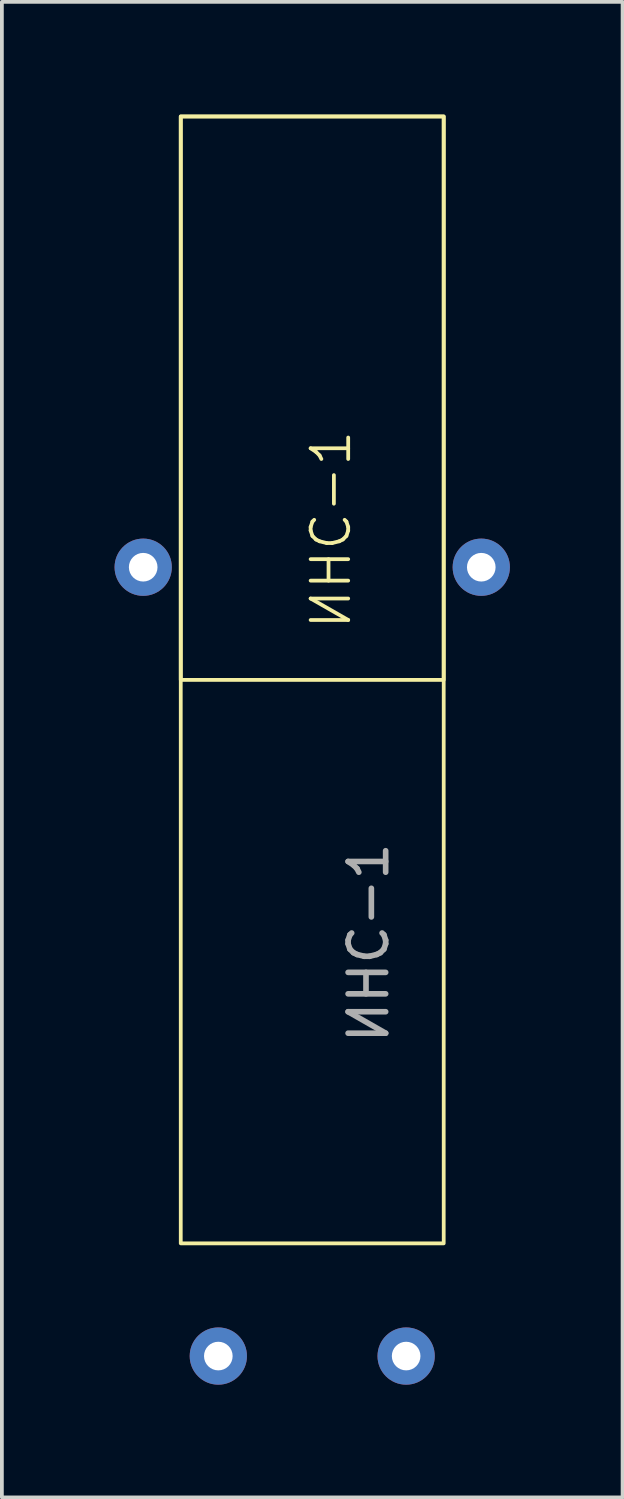
<source format=kicad_pcb>
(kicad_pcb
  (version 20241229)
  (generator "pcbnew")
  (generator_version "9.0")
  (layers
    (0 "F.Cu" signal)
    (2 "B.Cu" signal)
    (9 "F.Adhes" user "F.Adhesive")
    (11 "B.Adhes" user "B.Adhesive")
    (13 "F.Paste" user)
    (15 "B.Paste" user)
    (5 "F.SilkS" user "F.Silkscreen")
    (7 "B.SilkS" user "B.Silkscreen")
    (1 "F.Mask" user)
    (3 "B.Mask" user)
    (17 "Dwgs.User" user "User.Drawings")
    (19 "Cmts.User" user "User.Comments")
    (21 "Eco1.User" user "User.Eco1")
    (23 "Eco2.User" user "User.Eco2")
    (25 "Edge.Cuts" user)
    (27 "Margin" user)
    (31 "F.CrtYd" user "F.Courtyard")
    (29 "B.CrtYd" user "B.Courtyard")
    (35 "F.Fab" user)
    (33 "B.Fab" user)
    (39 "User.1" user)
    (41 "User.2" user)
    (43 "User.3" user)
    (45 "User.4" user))
  (footprint "ИНС-1"
    (layer "F.Cu")
    (at 4.762 32.05)
    (property "Reference" "ИНС-1" (at 1 -21 90) (unlocked yes) (layer "F.SilkS") (effects (font (size 1 1) (thickness 0.1))))
    (attr through_hole)
    (fp_rect (start -3 -32) (end 4 -17) (stroke (width 0.1) (type default)) (fill no) (layer "F.SilkS"))
    (fp_rect (start -3 -2) (end 4 -32) (stroke (width 0.1) (type default)) (fill no) (layer "F.SilkS"))
    (fp_text user "${REFERENCE}" (at 2 -10 90) (unlocked yes) (layer "F.Fab") (effects (font (size 1 1) (thickness 0.15))))
    (pad "1" thru_hole circle (at 3 1) (size 1.524 1.524) (drill 0.762) (layers "*.Cu" "*.Mask"))
    (pad "2" thru_hole circle (at -2 1) (size 1.524 1.524) (drill 0.762) (layers "*.Cu" "*.Mask"))
    (pad "3" thru_hole circle (at -4 -20) (size 1.524 1.524) (drill 0.762) (layers "*.Cu" "*.Mask"))
    (pad "4" thru_hole circle (at 5 -20) (size 1.524 1.524) (drill 0.762) (layers "*.Cu" "*.Mask")))
  (gr_rect
    (start -3 -3)
    (end 13.524 36.812)
    (stroke (width 0.1) (type default))
    (fill no)
    (layer "Edge.Cuts")))
</source>
